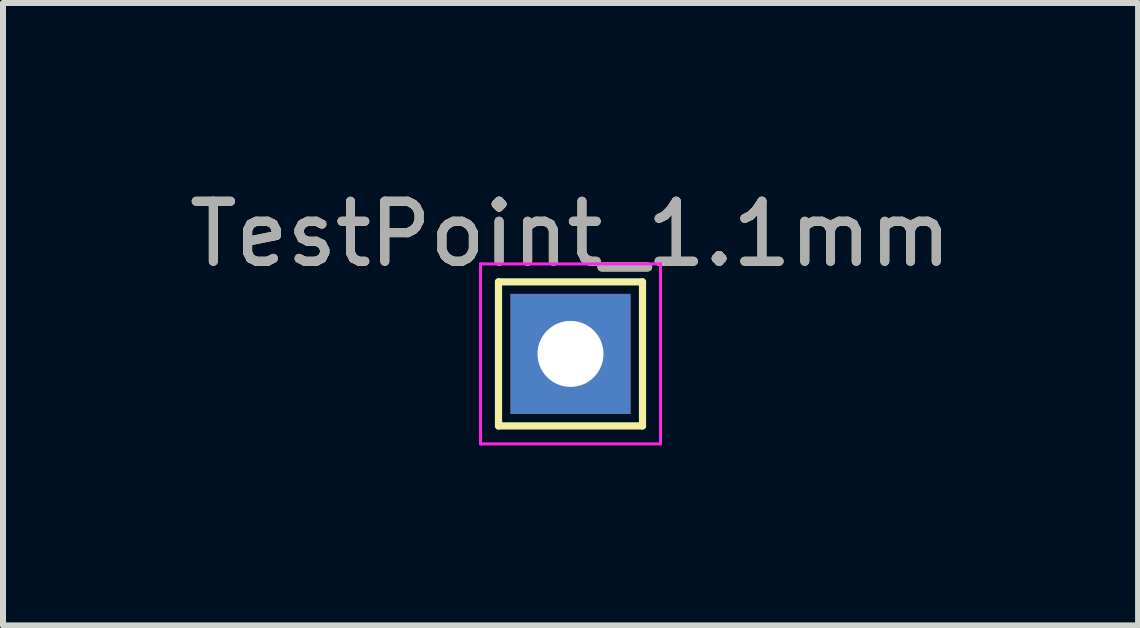
<source format=kicad_pcb>
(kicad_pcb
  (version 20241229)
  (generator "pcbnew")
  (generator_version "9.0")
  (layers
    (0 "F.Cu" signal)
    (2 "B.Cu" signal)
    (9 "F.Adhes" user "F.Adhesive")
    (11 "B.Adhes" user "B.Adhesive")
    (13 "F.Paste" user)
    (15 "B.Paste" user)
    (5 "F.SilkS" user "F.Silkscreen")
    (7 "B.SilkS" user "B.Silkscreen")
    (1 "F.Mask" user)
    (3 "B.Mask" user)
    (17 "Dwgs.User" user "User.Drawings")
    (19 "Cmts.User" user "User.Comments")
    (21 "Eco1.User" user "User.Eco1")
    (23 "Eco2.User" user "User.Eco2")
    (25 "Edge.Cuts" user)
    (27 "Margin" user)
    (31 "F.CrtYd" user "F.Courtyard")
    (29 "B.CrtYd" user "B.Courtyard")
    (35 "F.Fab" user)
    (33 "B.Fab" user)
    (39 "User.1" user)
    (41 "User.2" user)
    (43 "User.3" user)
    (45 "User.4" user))
  (footprint "TestPoint_1.1mm"
    (layer "F.Cu")
    (at 6.458 2.848)
    (property "Reference" "TestPoint_1.1mm" (at 0 -1.998 0) (layer "F.SilkS") (effects (font (size 1 1) (thickness 0.15))))
    (attr exclude_from_pos_files exclude_from_bom)
    (fp_line (start -1.2 -1.2) (end 1.2 -1.2) (stroke (width 0.12) (type solid)) (layer "F.SilkS"))
    (fp_line (start -1.2 1.2) (end -1.2 -1.2) (stroke (width 0.12) (type solid)) (layer "F.SilkS"))
    (fp_line (start 1.2 -1.2) (end 1.2 1.2) (stroke (width 0.12) (type solid)) (layer "F.SilkS"))
    (fp_line (start 1.2 1.2) (end -1.2 1.2) (stroke (width 0.12) (type solid)) (layer "F.SilkS"))
    (fp_line (start -1.5 -1.5) (end -1.5 1.5) (stroke (width 0.05) (type solid)) (layer "F.CrtYd"))
    (fp_line (start -1.5 -1.5) (end 1.5 -1.5) (stroke (width 0.05) (type solid)) (layer "F.CrtYd"))
    (fp_line (start 1.5 1.5) (end -1.5 1.5) (stroke (width 0.05) (type solid)) (layer "F.CrtYd"))
    (fp_line (start 1.5 1.5) (end 1.5 -1.5) (stroke (width 0.05) (type solid)) (layer "F.CrtYd"))
    (fp_text user "${REFERENCE}" (at 0 -2 0) (layer "F.Fab") (effects (font (size 1 1) (thickness 0.15))))
    (pad "1" thru_hole rect (at 0 0) (size 2 2) (drill 1.1) (layers "*.Cu" "*.Mask")))
  (gr_rect
    (start -3 -3)
    (end 15.917 7.373)
    (stroke (width 0.1) (type default))
    (fill no)
    (layer "Edge.Cuts")))
</source>
